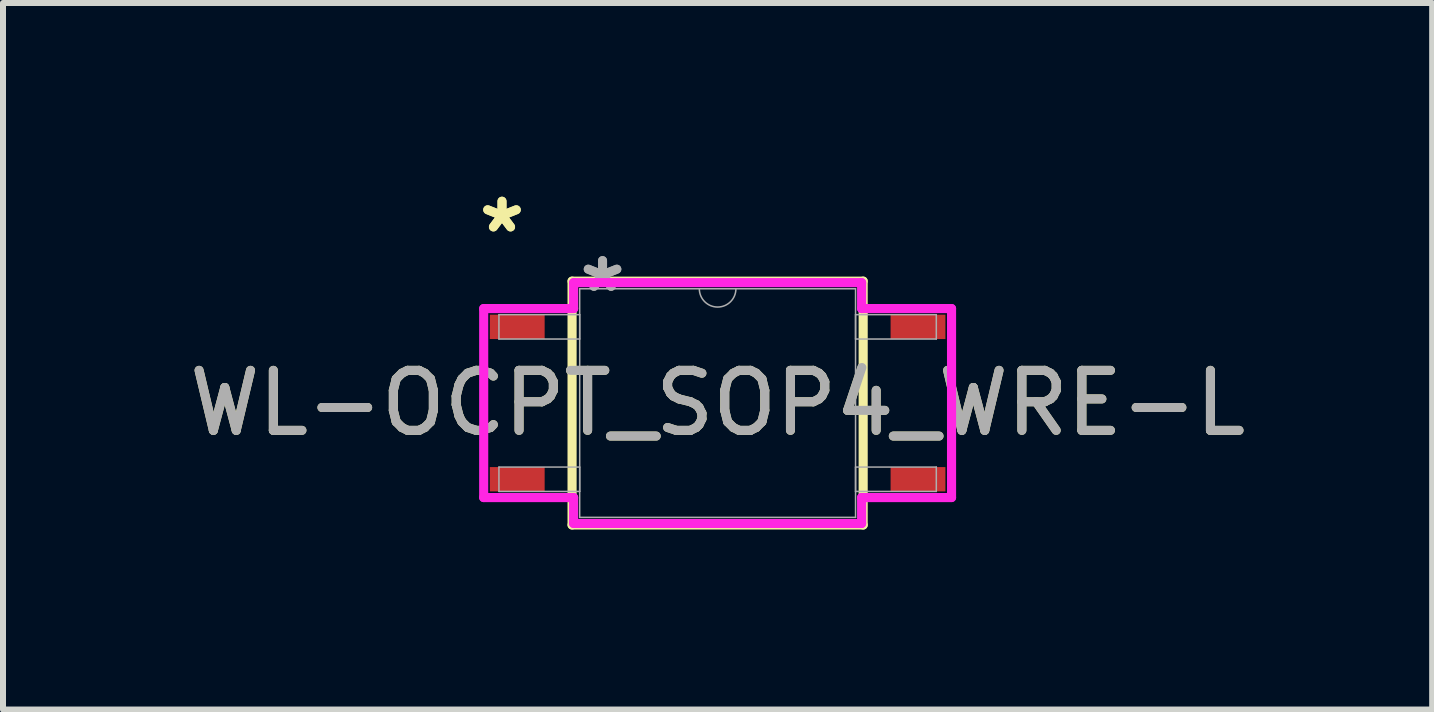
<source format=kicad_pcb>
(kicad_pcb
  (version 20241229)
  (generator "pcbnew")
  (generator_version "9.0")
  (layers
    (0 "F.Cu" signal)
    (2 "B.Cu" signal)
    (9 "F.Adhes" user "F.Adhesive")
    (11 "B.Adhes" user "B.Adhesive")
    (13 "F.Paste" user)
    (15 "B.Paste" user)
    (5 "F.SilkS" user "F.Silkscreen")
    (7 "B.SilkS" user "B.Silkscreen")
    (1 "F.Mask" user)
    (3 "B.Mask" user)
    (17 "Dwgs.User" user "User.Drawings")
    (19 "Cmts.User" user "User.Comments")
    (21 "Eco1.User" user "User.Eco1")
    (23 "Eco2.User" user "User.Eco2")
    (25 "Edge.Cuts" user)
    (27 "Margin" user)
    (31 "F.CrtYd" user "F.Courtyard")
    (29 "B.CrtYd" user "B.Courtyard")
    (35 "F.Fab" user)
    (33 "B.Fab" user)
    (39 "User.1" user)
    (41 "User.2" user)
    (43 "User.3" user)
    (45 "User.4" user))
  (footprint "WL-OCPT_SOP4_WRE-L"
    (layer "F.Cu")
    (at 8.911 3.668)
    (property "Reference" "WL-OCPT_SOP4_WRE-L" (at 0 0 0) (unlocked yes) (layer "F.SilkS") (effects (font (size 1 1) (thickness 0.15))))
    (attr smd)
    (fp_line (start -2.426 -2.032) (end -2.426 2.032) (stroke (width 0.152) (type solid)) (layer "F.SilkS"))
    (fp_line (start -2.426 2.032) (end 2.426 2.032) (stroke (width 0.152) (type solid)) (layer "F.SilkS"))
    (fp_line (start 2.426 -2.032) (end -2.426 -2.032) (stroke (width 0.152) (type solid)) (layer "F.SilkS"))
    (fp_line (start 2.426 2.032) (end 2.426 -2.032) (stroke (width 0.152) (type solid)) (layer "F.SilkS"))
    (fp_line (start -3.899 -1.575) (end -2.4 -1.575) (stroke (width 0.152) (type solid)) (layer "F.CrtYd"))
    (fp_line (start -3.899 1.575) (end -3.899 -1.575) (stroke (width 0.152) (type solid)) (layer "F.CrtYd"))
    (fp_line (start -3.899 1.575) (end -2.4 1.575) (stroke (width 0.152) (type solid)) (layer "F.CrtYd"))
    (fp_line (start -2.4 -2.007) (end 2.4 -2.007) (stroke (width 0.152) (type solid)) (layer "F.CrtYd"))
    (fp_line (start -2.4 -1.575) (end -2.4 -2.007) (stroke (width 0.152) (type solid)) (layer "F.CrtYd"))
    (fp_line (start -2.4 2.007) (end -2.4 1.575) (stroke (width 0.152) (type solid)) (layer "F.CrtYd"))
    (fp_line (start 2.4 -2.007) (end 2.4 -1.575) (stroke (width 0.152) (type solid)) (layer "F.CrtYd"))
    (fp_line (start 2.4 1.575) (end 2.4 2.007) (stroke (width 0.152) (type solid)) (layer "F.CrtYd"))
    (fp_line (start 2.4 2.007) (end -2.4 2.007) (stroke (width 0.152) (type solid)) (layer "F.CrtYd"))
    (fp_line (start 3.899 -1.575) (end 2.4 -1.575) (stroke (width 0.152) (type solid)) (layer "F.CrtYd"))
    (fp_line (start 3.899 -1.575) (end 3.899 1.575) (stroke (width 0.152) (type solid)) (layer "F.CrtYd"))
    (fp_line (start 3.899 1.575) (end 2.4 1.575) (stroke (width 0.152) (type solid)) (layer "F.CrtYd"))
    (fp_line (start -3.645 -1.473) (end -3.645 -1.067) (stroke (width 0.025) (type solid)) (layer "F.Fab"))
    (fp_line (start -3.645 -1.067) (end -2.299 -1.067) (stroke (width 0.025) (type solid)) (layer "F.Fab"))
    (fp_line (start -3.645 1.067) (end -3.645 1.473) (stroke (width 0.025) (type solid)) (layer "F.Fab"))
    (fp_line (start -3.645 1.473) (end -2.299 1.473) (stroke (width 0.025) (type solid)) (layer "F.Fab"))
    (fp_line (start -2.299 -1.905) (end -2.299 1.905) (stroke (width 0.025) (type solid)) (layer "F.Fab"))
    (fp_line (start -2.299 -1.473) (end -3.645 -1.473) (stroke (width 0.025) (type solid)) (layer "F.Fab"))
    (fp_line (start -2.299 -1.067) (end -2.299 -1.473) (stroke (width 0.025) (type solid)) (layer "F.Fab"))
    (fp_line (start -2.299 1.067) (end -3.645 1.067) (stroke (width 0.025) (type solid)) (layer "F.Fab"))
    (fp_line (start -2.299 1.473) (end -2.299 1.067) (stroke (width 0.025) (type solid)) (layer "F.Fab"))
    (fp_line (start -2.299 1.905) (end 2.299 1.905) (stroke (width 0.025) (type solid)) (layer "F.Fab"))
    (fp_line (start 2.299 -1.905) (end -2.299 -1.905) (stroke (width 0.025) (type solid)) (layer "F.Fab"))
    (fp_line (start 2.299 -1.473) (end 2.299 -1.067) (stroke (width 0.025) (type solid)) (layer "F.Fab"))
    (fp_line (start 2.299 -1.067) (end 3.645 -1.067) (stroke (width 0.025) (type solid)) (layer "F.Fab"))
    (fp_line (start 2.299 1.067) (end 2.299 1.473) (stroke (width 0.025) (type solid)) (layer "F.Fab"))
    (fp_line (start 2.299 1.473) (end 3.645 1.473) (stroke (width 0.025) (type solid)) (layer "F.Fab"))
    (fp_line (start 2.299 1.905) (end 2.299 -1.905) (stroke (width 0.025) (type solid)) (layer "F.Fab"))
    (fp_line (start 3.645 -1.473) (end 2.299 -1.473) (stroke (width 0.025) (type solid)) (layer "F.Fab"))
    (fp_line (start 3.645 -1.067) (end 3.645 -1.473) (stroke (width 0.025) (type solid)) (layer "F.Fab"))
    (fp_line (start 3.645 1.067) (end 2.299 1.067) (stroke (width 0.025) (type solid)) (layer "F.Fab"))
    (fp_line (start 3.645 1.473) (end 3.645 1.067) (stroke (width 0.025) (type solid)) (layer "F.Fab"))
    (fp_arc (start 0.3048 -1.905) (mid 0 -1.6002) (end -0.3048 -1.905) (stroke (width 0.0254) (type solid)) (layer "F.Fab"))
    (fp_text user "*" (at -3.594 -2.819 0) (unlocked yes) (layer "F.SilkS") (effects (font (size 1 1) (thickness 0.15))))
    (fp_text user "*" (at -3.594 -2.819 0) (layer "F.SilkS") (effects (font (size 1 1) (thickness 0.15))))
    (fp_text user "*" (at -1.918 -1.829 0) (layer "F.Fab") (effects (font (size 1 1) (thickness 0.15))))
    (fp_text user "*" (at -1.918 -1.829 0) (unlocked yes) (layer "F.Fab") (effects (font (size 1 1) (thickness 0.15))))
    (fp_text user "${REFERENCE}" (at 0 0 0) (unlocked yes) (layer "F.Fab") (effects (font (size 1 1) (thickness 0.15))))
    (pad "1" smd rect (at -3.34 -1.27) (size 0.914 0.406) (layers "F.Cu" "F.Mask" "F.Paste"))
    (pad "2" smd rect (at -3.34 1.27) (size 0.914 0.406) (layers "F.Cu" "F.Mask" "F.Paste"))
    (pad "3" smd rect (at 3.34 1.27) (size 0.914 0.406) (layers "F.Cu" "F.Mask" "F.Paste"))
    (pad "4" smd rect (at 3.34 -1.27) (size 0.914 0.406) (layers "F.Cu" "F.Mask" "F.Paste")))
  (gr_rect
    (start -3 -3)
    (end 20.821 8.776)
    (stroke (width 0.1) (type default))
    (fill no)
    (layer "Edge.Cuts")))
</source>
